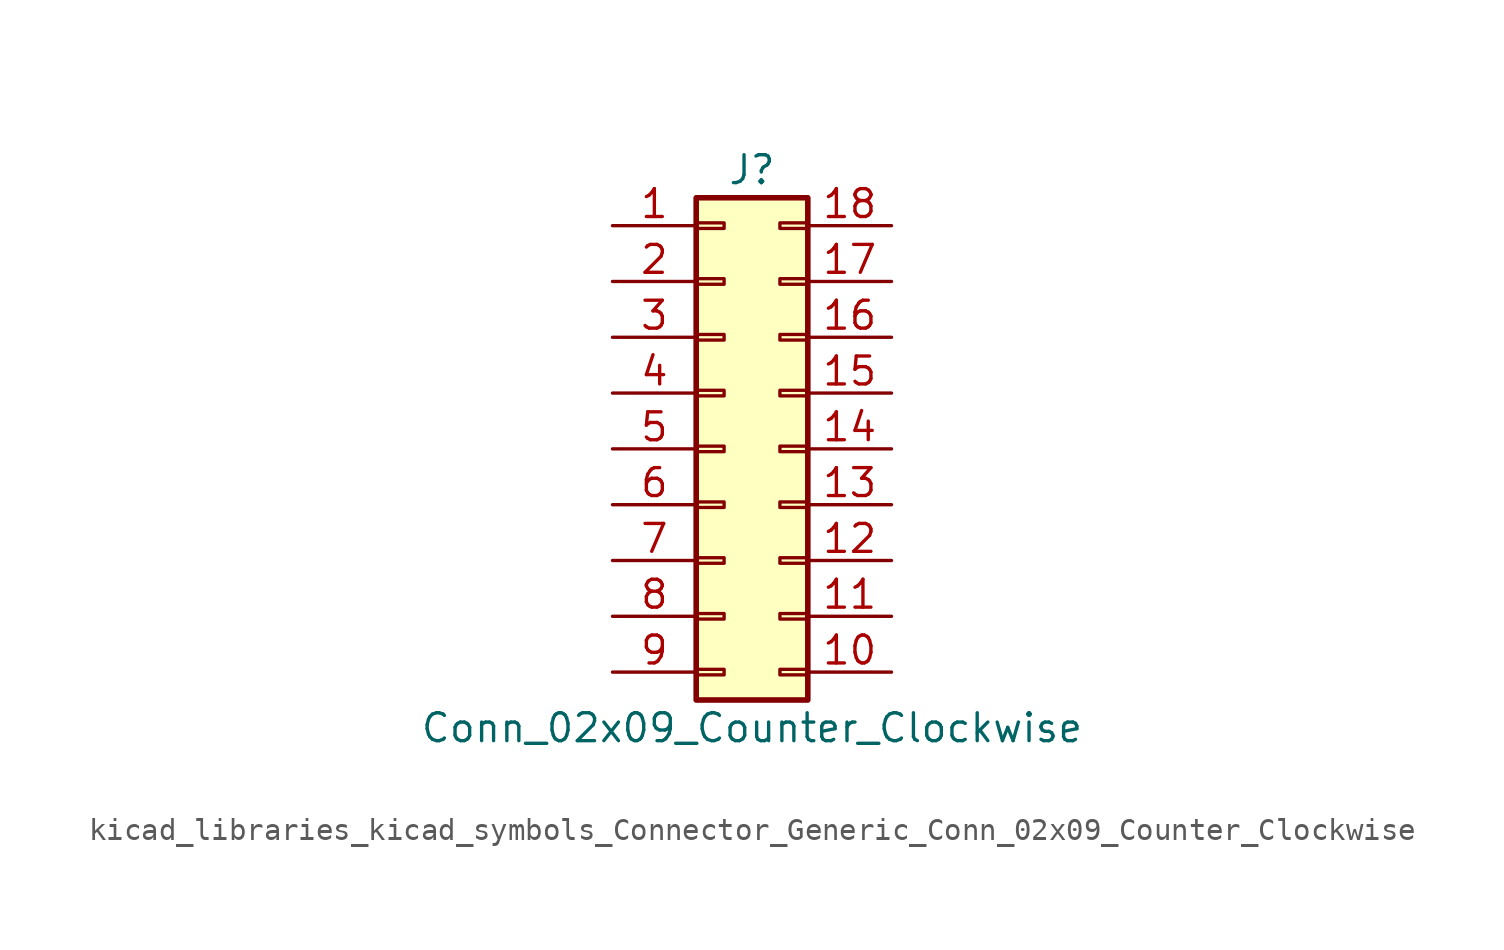
<source format=kicad_sym>
(kicad_symbol_lib
  (version 20220914)
  (generator kicad_symbol_editor)
  (symbol "kicad_libraries_kicad_symbols_Connector_Generic_Conn_02x09_Counter_Clockwise"
    (pin_names
      (offset 1.016) hide)
    (property "Reference" "J"
      (at 1.27 12.7 0)
      (effects (font (size 1.27 1.27))))
    (property "Value" "Conn_02x09_Counter_Clockwise"
      (at 1.27 -12.7 0)
      (effects (font (size 1.27 1.27))))
    (symbol "kicad_libraries_kicad_symbols_Connector_Generic_Conn_02x09_Counter_Clockwise_1_1"
      (rectangle (start -1.27 -10.033) (end 0 -10.287) (stroke (width 0.152) (type default)) (fill (type none)))
      (rectangle (start -1.27 -7.493) (end 0 -7.747) (stroke (width 0.152) (type default)) (fill (type none)))
      (rectangle (start -1.27 -4.953) (end 0 -5.207) (stroke (width 0.152) (type default)) (fill (type none)))
      (rectangle (start -1.27 -2.413) (end 0 -2.667) (stroke (width 0.152) (type default)) (fill (type none)))
      (rectangle (start -1.27 0.127) (end 0 -0.127) (stroke (width 0.152) (type default)) (fill (type none)))
      (rectangle (start -1.27 2.667) (end 0 2.413) (stroke (width 0.152) (type default)) (fill (type none)))
      (rectangle (start -1.27 5.207) (end 0 4.953) (stroke (width 0.152) (type default)) (fill (type none)))
      (rectangle (start -1.27 7.747) (end 0 7.493) (stroke (width 0.152) (type default)) (fill (type none)))
      (rectangle (start -1.27 10.287) (end 0 10.033) (stroke (width 0.152) (type default)) (fill (type none)))
      (rectangle (start -1.27 11.43) (end 3.81 -11.43) (stroke (width 0.254) (type default)) (fill (type background)))
      (rectangle (start 3.81 -10.033) (end 2.54 -10.287) (stroke (width 0.152) (type default)) (fill (type none)))
      (rectangle (start 3.81 -7.493) (end 2.54 -7.747) (stroke (width 0.152) (type default)) (fill (type none)))
      (rectangle (start 3.81 -4.953) (end 2.54 -5.207) (stroke (width 0.152) (type default)) (fill (type none)))
      (rectangle (start 3.81 -2.413) (end 2.54 -2.667) (stroke (width 0.152) (type default)) (fill (type none)))
      (rectangle (start 3.81 0.127) (end 2.54 -0.127) (stroke (width 0.152) (type default)) (fill (type none)))
      (rectangle (start 3.81 2.667) (end 2.54 2.413) (stroke (width 0.152) (type default)) (fill (type none)))
      (rectangle (start 3.81 5.207) (end 2.54 4.953) (stroke (width 0.152) (type default)) (fill (type none)))
      (rectangle (start 3.81 7.747) (end 2.54 7.493) (stroke (width 0.152) (type default)) (fill (type none)))
      (rectangle (start 3.81 10.287) (end 2.54 10.033) (stroke (width 0.152) (type default)) (fill (type none)))
      (pin passive line (at -5.08 10.16 0) (length 3.81) (name "Pin_1" (effects (font (size 1.27 1.27)))) (number "1" (effects (font (size 1.27 1.27)))))
      (pin passive line (at 7.62 -10.16 180) (length 3.81) (name "Pin_10" (effects (font (size 1.27 1.27)))) (number "10" (effects (font (size 1.27 1.27)))))
      (pin passive line (at 7.62 -7.62 180) (length 3.81) (name "Pin_11" (effects (font (size 1.27 1.27)))) (number "11" (effects (font (size 1.27 1.27)))))
      (pin passive line (at 7.62 -5.08 180) (length 3.81) (name "Pin_12" (effects (font (size 1.27 1.27)))) (number "12" (effects (font (size 1.27 1.27)))))
      (pin passive line (at 7.62 -2.54 180) (length 3.81) (name "Pin_13" (effects (font (size 1.27 1.27)))) (number "13" (effects (font (size 1.27 1.27)))))
      (pin passive line (at 7.62 0 180) (length 3.81) (name "Pin_14" (effects (font (size 1.27 1.27)))) (number "14" (effects (font (size 1.27 1.27)))))
      (pin passive line (at 7.62 2.54 180) (length 3.81) (name "Pin_15" (effects (font (size 1.27 1.27)))) (number "15" (effects (font (size 1.27 1.27)))))
      (pin passive line (at 7.62 5.08 180) (length 3.81) (name "Pin_16" (effects (font (size 1.27 1.27)))) (number "16" (effects (font (size 1.27 1.27)))))
      (pin passive line (at 7.62 7.62 180) (length 3.81) (name "Pin_17" (effects (font (size 1.27 1.27)))) (number "17" (effects (font (size 1.27 1.27)))))
      (pin passive line (at 7.62 10.16 180) (length 3.81) (name "Pin_18" (effects (font (size 1.27 1.27)))) (number "18" (effects (font (size 1.27 1.27)))))
      (pin passive line (at -5.08 7.62 0) (length 3.81) (name "Pin_2" (effects (font (size 1.27 1.27)))) (number "2" (effects (font (size 1.27 1.27)))))
      (pin passive line (at -5.08 5.08 0) (length 3.81) (name "Pin_3" (effects (font (size 1.27 1.27)))) (number "3" (effects (font (size 1.27 1.27)))))
      (pin passive line (at -5.08 2.54 0) (length 3.81) (name "Pin_4" (effects (font (size 1.27 1.27)))) (number "4" (effects (font (size 1.27 1.27)))))
      (pin passive line (at -5.08 0 0) (length 3.81) (name "Pin_5" (effects (font (size 1.27 1.27)))) (number "5" (effects (font (size 1.27 1.27)))))
      (pin passive line (at -5.08 -2.54 0) (length 3.81) (name "Pin_6" (effects (font (size 1.27 1.27)))) (number "6" (effects (font (size 1.27 1.27)))))
      (pin passive line (at -5.08 -5.08 0) (length 3.81) (name "Pin_7" (effects (font (size 1.27 1.27)))) (number "7" (effects (font (size 1.27 1.27)))))
      (pin passive line (at -5.08 -7.62 0) (length 3.81) (name "Pin_8" (effects (font (size 1.27 1.27)))) (number "8" (effects (font (size 1.27 1.27)))))
      (pin passive line (at -5.08 -10.16 0) (length 3.81) (name "Pin_9" (effects (font (size 1.27 1.27)))) (number "9" (effects (font (size 1.27 1.27))))))))
</source>
